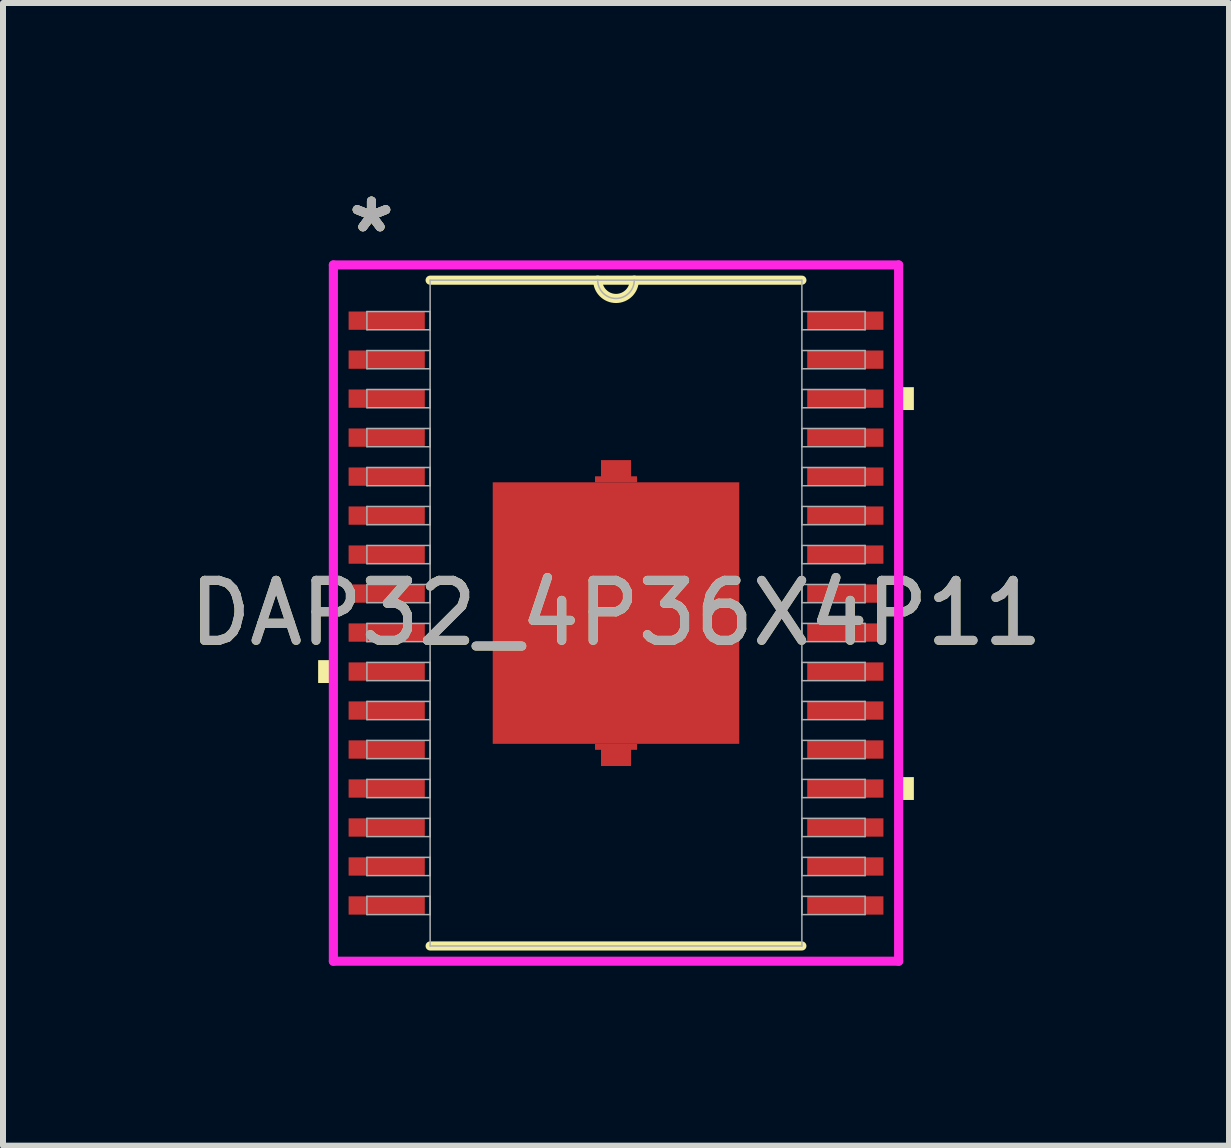
<source format=kicad_pcb>
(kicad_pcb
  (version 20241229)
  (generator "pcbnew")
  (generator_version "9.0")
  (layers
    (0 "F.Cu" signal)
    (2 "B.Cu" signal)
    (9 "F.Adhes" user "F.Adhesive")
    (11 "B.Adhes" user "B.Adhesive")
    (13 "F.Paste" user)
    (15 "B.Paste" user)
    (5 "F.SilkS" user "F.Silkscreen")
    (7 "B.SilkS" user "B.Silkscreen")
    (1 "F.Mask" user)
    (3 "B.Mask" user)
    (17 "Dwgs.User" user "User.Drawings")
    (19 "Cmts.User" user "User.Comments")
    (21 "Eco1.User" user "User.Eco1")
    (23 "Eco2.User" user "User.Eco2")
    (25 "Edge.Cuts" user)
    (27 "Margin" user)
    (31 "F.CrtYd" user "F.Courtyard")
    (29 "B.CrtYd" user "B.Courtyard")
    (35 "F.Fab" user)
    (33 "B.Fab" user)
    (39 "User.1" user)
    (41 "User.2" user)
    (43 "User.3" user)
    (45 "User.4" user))
  (footprint "DAP32_4P36X4P11"
    (layer "F.Cu")
    (at 7.22 7.171)
    (property "Reference" "DAP32_4P36X4P11" (at 0 0 0) (unlocked yes) (layer "F.SilkS") (effects (font (size 1 1) (thickness 0.15))))
    (attr smd)
    (fp_poly (pts (xy -0.35 -2.18) (xy -0.35 -2.28) (xy -0.25 -2.28) (xy -0.25 -2.55) (xy 0.25 -2.55) (xy 0.25 -2.28) (xy 0.35 -2.28) (xy 0.35 -2.18)) (stroke (width 0) (type solid)) (fill yes) (layer "F.Cu"))
    (fp_poly (pts (xy -0.35 2.18) (xy -0.35 2.28) (xy -0.25 2.28) (xy -0.25 2.55) (xy 0.25 2.55) (xy 0.25 2.28) (xy 0.35 2.28) (xy 0.35 2.18)) (stroke (width 0) (type solid)) (fill yes) (layer "F.Cu"))
    (fp_poly (pts (xy -0.35 -2.18) (xy -0.35 -2.28) (xy -0.25 -2.28) (xy -0.25 -2.55) (xy 0.25 -2.55) (xy 0.25 -2.28) (xy 0.35 -2.28) (xy 0.35 -2.18)) (stroke (width 0) (type solid)) (fill yes) (layer "F.Mask"))
    (fp_poly (pts (xy -0.35 2.18) (xy -0.35 2.28) (xy -0.25 2.28) (xy -0.25 2.55) (xy 0.25 2.55) (xy 0.25 2.28) (xy 0.35 2.28) (xy 0.35 2.18)) (stroke (width 0) (type solid)) (fill yes) (layer "F.Mask"))
    (fp_line (start -3.099 5.55) (end 3.099 5.55) (stroke (width 0.152) (type solid)) (layer "F.SilkS"))
    (fp_line (start 3.099 -5.55) (end -3.099 -5.55) (stroke (width 0.152) (type solid)) (layer "F.SilkS"))
    (fp_arc (start 0.3048 -5.5499) (mid 0 -5.2451) (end -0.3048 -5.5499) (stroke (width 0.1524) (type solid)) (layer "F.SilkS"))
    (fp_poly (pts (xy -4.966 0.785) (xy -4.966 1.166) (xy -4.712 1.166) (xy -4.712 0.785)) (stroke (width 0) (type solid)) (fill yes) (layer "F.SilkS"))
    (fp_poly (pts (xy 4.966 -3.766) (xy 4.966 -3.385) (xy 4.712 -3.385) (xy 4.712 -3.766)) (stroke (width 0) (type solid)) (fill yes) (layer "F.SilkS"))
    (fp_poly (pts (xy 4.966 2.735) (xy 4.966 3.116) (xy 4.712 3.116) (xy 4.712 2.735)) (stroke (width 0) (type solid)) (fill yes) (layer "F.SilkS"))
    (fp_line (start -4.712 -5.804) (end 4.712 -5.804) (stroke (width 0.152) (type solid)) (layer "F.CrtYd"))
    (fp_line (start -4.712 5.804) (end -4.712 -5.804) (stroke (width 0.152) (type solid)) (layer "F.CrtYd"))
    (fp_line (start 4.712 -5.804) (end 4.712 5.804) (stroke (width 0.152) (type solid)) (layer "F.CrtYd"))
    (fp_line (start 4.712 5.804) (end -4.712 5.804) (stroke (width 0.152) (type solid)) (layer "F.CrtYd"))
    (fp_line (start -4.153 -5.027) (end -4.153 -4.723) (stroke (width 0.025) (type solid)) (layer "F.Fab"))
    (fp_line (start -4.153 -4.723) (end -3.099 -4.723) (stroke (width 0.025) (type solid)) (layer "F.Fab"))
    (fp_line (start -4.153 -4.377) (end -4.153 -4.073) (stroke (width 0.025) (type solid)) (layer "F.Fab"))
    (fp_line (start -4.153 -4.073) (end -3.099 -4.073) (stroke (width 0.025) (type solid)) (layer "F.Fab"))
    (fp_line (start -4.153 -3.727) (end -4.153 -3.423) (stroke (width 0.025) (type solid)) (layer "F.Fab"))
    (fp_line (start -4.153 -3.423) (end -3.099 -3.423) (stroke (width 0.025) (type solid)) (layer "F.Fab"))
    (fp_line (start -4.153 -3.077) (end -4.153 -2.773) (stroke (width 0.025) (type solid)) (layer "F.Fab"))
    (fp_line (start -4.153 -2.773) (end -3.099 -2.773) (stroke (width 0.025) (type solid)) (layer "F.Fab"))
    (fp_line (start -4.153 -2.427) (end -4.153 -2.123) (stroke (width 0.025) (type solid)) (layer "F.Fab"))
    (fp_line (start -4.153 -2.123) (end -3.099 -2.123) (stroke (width 0.025) (type solid)) (layer "F.Fab"))
    (fp_line (start -4.153 -1.777) (end -4.153 -1.473) (stroke (width 0.025) (type solid)) (layer "F.Fab"))
    (fp_line (start -4.153 -1.473) (end -3.099 -1.473) (stroke (width 0.025) (type solid)) (layer "F.Fab"))
    (fp_line (start -4.153 -1.127) (end -4.153 -0.823) (stroke (width 0.025) (type solid)) (layer "F.Fab"))
    (fp_line (start -4.153 -0.823) (end -3.099 -0.823) (stroke (width 0.025) (type solid)) (layer "F.Fab"))
    (fp_line (start -4.153 -0.477) (end -4.153 -0.173) (stroke (width 0.025) (type solid)) (layer "F.Fab"))
    (fp_line (start -4.153 -0.173) (end -3.099 -0.173) (stroke (width 0.025) (type solid)) (layer "F.Fab"))
    (fp_line (start -4.153 0.173) (end -4.153 0.477) (stroke (width 0.025) (type solid)) (layer "F.Fab"))
    (fp_line (start -4.153 0.477) (end -3.099 0.477) (stroke (width 0.025) (type solid)) (layer "F.Fab"))
    (fp_line (start -4.153 0.823) (end -4.153 1.127) (stroke (width 0.025) (type solid)) (layer "F.Fab"))
    (fp_line (start -4.153 1.127) (end -3.099 1.127) (stroke (width 0.025) (type solid)) (layer "F.Fab"))
    (fp_line (start -4.153 1.473) (end -4.153 1.777) (stroke (width 0.025) (type solid)) (layer "F.Fab"))
    (fp_line (start -4.153 1.777) (end -3.099 1.777) (stroke (width 0.025) (type solid)) (layer "F.Fab"))
    (fp_line (start -4.153 2.123) (end -4.153 2.427) (stroke (width 0.025) (type solid)) (layer "F.Fab"))
    (fp_line (start -4.153 2.427) (end -3.099 2.427) (stroke (width 0.025) (type solid)) (layer "F.Fab"))
    (fp_line (start -4.153 2.773) (end -4.153 3.077) (stroke (width 0.025) (type solid)) (layer "F.Fab"))
    (fp_line (start -4.153 3.077) (end -3.099 3.077) (stroke (width 0.025) (type solid)) (layer "F.Fab"))
    (fp_line (start -4.153 3.423) (end -4.153 3.727) (stroke (width 0.025) (type solid)) (layer "F.Fab"))
    (fp_line (start -4.153 3.727) (end -3.099 3.727) (stroke (width 0.025) (type solid)) (layer "F.Fab"))
    (fp_line (start -4.153 4.073) (end -4.153 4.377) (stroke (width 0.025) (type solid)) (layer "F.Fab"))
    (fp_line (start -4.153 4.377) (end -3.099 4.377) (stroke (width 0.025) (type solid)) (layer "F.Fab"))
    (fp_line (start -4.153 4.723) (end -4.153 5.027) (stroke (width 0.025) (type solid)) (layer "F.Fab"))
    (fp_line (start -4.153 5.027) (end -3.099 5.027) (stroke (width 0.025) (type solid)) (layer "F.Fab"))
    (fp_line (start -3.099 -5.55) (end -3.099 5.55) (stroke (width 0.025) (type solid)) (layer "F.Fab"))
    (fp_line (start -3.099 -5.027) (end -4.153 -5.027) (stroke (width 0.025) (type solid)) (layer "F.Fab"))
    (fp_line (start -3.099 -4.723) (end -3.099 -5.027) (stroke (width 0.025) (type solid)) (layer "F.Fab"))
    (fp_line (start -3.099 -4.377) (end -4.153 -4.377) (stroke (width 0.025) (type solid)) (layer "F.Fab"))
    (fp_line (start -3.099 -4.073) (end -3.099 -4.377) (stroke (width 0.025) (type solid)) (layer "F.Fab"))
    (fp_line (start -3.099 -3.727) (end -4.153 -3.727) (stroke (width 0.025) (type solid)) (layer "F.Fab"))
    (fp_line (start -3.099 -3.423) (end -3.099 -3.727) (stroke (width 0.025) (type solid)) (layer "F.Fab"))
    (fp_line (start -3.099 -3.077) (end -4.153 -3.077) (stroke (width 0.025) (type solid)) (layer "F.Fab"))
    (fp_line (start -3.099 -2.773) (end -3.099 -3.077) (stroke (width 0.025) (type solid)) (layer "F.Fab"))
    (fp_line (start -3.099 -2.427) (end -4.153 -2.427) (stroke (width 0.025) (type solid)) (layer "F.Fab"))
    (fp_line (start -3.099 -2.123) (end -3.099 -2.427) (stroke (width 0.025) (type solid)) (layer "F.Fab"))
    (fp_line (start -3.099 -1.777) (end -4.153 -1.777) (stroke (width 0.025) (type solid)) (layer "F.Fab"))
    (fp_line (start -3.099 -1.473) (end -3.099 -1.777) (stroke (width 0.025) (type solid)) (layer "F.Fab"))
    (fp_line (start -3.099 -1.127) (end -4.153 -1.127) (stroke (width 0.025) (type solid)) (layer "F.Fab"))
    (fp_line (start -3.099 -0.823) (end -3.099 -1.127) (stroke (width 0.025) (type solid)) (layer "F.Fab"))
    (fp_line (start -3.099 -0.477) (end -4.153 -0.477) (stroke (width 0.025) (type solid)) (layer "F.Fab"))
    (fp_line (start -3.099 -0.173) (end -3.099 -0.477) (stroke (width 0.025) (type solid)) (layer "F.Fab"))
    (fp_line (start -3.099 0.173) (end -4.153 0.173) (stroke (width 0.025) (type solid)) (layer "F.Fab"))
    (fp_line (start -3.099 0.477) (end -3.099 0.173) (stroke (width 0.025) (type solid)) (layer "F.Fab"))
    (fp_line (start -3.099 0.823) (end -4.153 0.823) (stroke (width 0.025) (type solid)) (layer "F.Fab"))
    (fp_line (start -3.099 1.127) (end -3.099 0.823) (stroke (width 0.025) (type solid)) (layer "F.Fab"))
    (fp_line (start -3.099 1.473) (end -4.153 1.473) (stroke (width 0.025) (type solid)) (layer "F.Fab"))
    (fp_line (start -3.099 1.777) (end -3.099 1.473) (stroke (width 0.025) (type solid)) (layer "F.Fab"))
    (fp_line (start -3.099 2.123) (end -4.153 2.123) (stroke (width 0.025) (type solid)) (layer "F.Fab"))
    (fp_line (start -3.099 2.427) (end -3.099 2.123) (stroke (width 0.025) (type solid)) (layer "F.Fab"))
    (fp_line (start -3.099 2.773) (end -4.153 2.773) (stroke (width 0.025) (type solid)) (layer "F.Fab"))
    (fp_line (start -3.099 3.077) (end -3.099 2.773) (stroke (width 0.025) (type solid)) (layer "F.Fab"))
    (fp_line (start -3.099 3.423) (end -4.153 3.423) (stroke (width 0.025) (type solid)) (layer "F.Fab"))
    (fp_line (start -3.099 3.727) (end -3.099 3.423) (stroke (width 0.025) (type solid)) (layer "F.Fab"))
    (fp_line (start -3.099 4.073) (end -4.153 4.073) (stroke (width 0.025) (type solid)) (layer "F.Fab"))
    (fp_line (start -3.099 4.377) (end -3.099 4.073) (stroke (width 0.025) (type solid)) (layer "F.Fab"))
    (fp_line (start -3.099 4.723) (end -4.153 4.723) (stroke (width 0.025) (type solid)) (layer "F.Fab"))
    (fp_line (start -3.099 5.027) (end -3.099 4.723) (stroke (width 0.025) (type solid)) (layer "F.Fab"))
    (fp_line (start -3.099 5.55) (end 3.099 5.55) (stroke (width 0.025) (type solid)) (layer "F.Fab"))
    (fp_line (start 3.099 -5.55) (end -3.099 -5.55) (stroke (width 0.025) (type solid)) (layer "F.Fab"))
    (fp_line (start 3.099 -5.027) (end 3.099 -4.723) (stroke (width 0.025) (type solid)) (layer "F.Fab"))
    (fp_line (start 3.099 -4.723) (end 4.153 -4.723) (stroke (width 0.025) (type solid)) (layer "F.Fab"))
    (fp_line (start 3.099 -4.377) (end 3.099 -4.073) (stroke (width 0.025) (type solid)) (layer "F.Fab"))
    (fp_line (start 3.099 -4.073) (end 4.153 -4.073) (stroke (width 0.025) (type solid)) (layer "F.Fab"))
    (fp_line (start 3.099 -3.727) (end 3.099 -3.423) (stroke (width 0.025) (type solid)) (layer "F.Fab"))
    (fp_line (start 3.099 -3.423) (end 4.153 -3.423) (stroke (width 0.025) (type solid)) (layer "F.Fab"))
    (fp_line (start 3.099 -3.077) (end 3.099 -2.773) (stroke (width 0.025) (type solid)) (layer "F.Fab"))
    (fp_line (start 3.099 -2.773) (end 4.153 -2.773) (stroke (width 0.025) (type solid)) (layer "F.Fab"))
    (fp_line (start 3.099 -2.427) (end 3.099 -2.123) (stroke (width 0.025) (type solid)) (layer "F.Fab"))
    (fp_line (start 3.099 -2.123) (end 4.153 -2.123) (stroke (width 0.025) (type solid)) (layer "F.Fab"))
    (fp_line (start 3.099 -1.777) (end 3.099 -1.473) (stroke (width 0.025) (type solid)) (layer "F.Fab"))
    (fp_line (start 3.099 -1.473) (end 4.153 -1.473) (stroke (width 0.025) (type solid)) (layer "F.Fab"))
    (fp_line (start 3.099 -1.127) (end 3.099 -0.823) (stroke (width 0.025) (type solid)) (layer "F.Fab"))
    (fp_line (start 3.099 -0.823) (end 4.153 -0.823) (stroke (width 0.025) (type solid)) (layer "F.Fab"))
    (fp_line (start 3.099 -0.477) (end 3.099 -0.173) (stroke (width 0.025) (type solid)) (layer "F.Fab"))
    (fp_line (start 3.099 -0.173) (end 4.153 -0.173) (stroke (width 0.025) (type solid)) (layer "F.Fab"))
    (fp_line (start 3.099 0.173) (end 3.099 0.477) (stroke (width 0.025) (type solid)) (layer "F.Fab"))
    (fp_line (start 3.099 0.477) (end 4.153 0.477) (stroke (width 0.025) (type solid)) (layer "F.Fab"))
    (fp_line (start 3.099 0.823) (end 3.099 1.127) (stroke (width 0.025) (type solid)) (layer "F.Fab"))
    (fp_line (start 3.099 1.127) (end 4.153 1.127) (stroke (width 0.025) (type solid)) (layer "F.Fab"))
    (fp_line (start 3.099 1.473) (end 3.099 1.777) (stroke (width 0.025) (type solid)) (layer "F.Fab"))
    (fp_line (start 3.099 1.777) (end 4.153 1.777) (stroke (width 0.025) (type solid)) (layer "F.Fab"))
    (fp_line (start 3.099 2.123) (end 3.099 2.427) (stroke (width 0.025) (type solid)) (layer "F.Fab"))
    (fp_line (start 3.099 2.427) (end 4.153 2.427) (stroke (width 0.025) (type solid)) (layer "F.Fab"))
    (fp_line (start 3.099 2.773) (end 3.099 3.077) (stroke (width 0.025) (type solid)) (layer "F.Fab"))
    (fp_line (start 3.099 3.077) (end 4.153 3.077) (stroke (width 0.025) (type solid)) (layer "F.Fab"))
    (fp_line (start 3.099 3.423) (end 3.099 3.727) (stroke (width 0.025) (type solid)) (layer "F.Fab"))
    (fp_line (start 3.099 3.727) (end 4.153 3.727) (stroke (width 0.025) (type solid)) (layer "F.Fab"))
    (fp_line (start 3.099 4.073) (end 3.099 4.377) (stroke (width 0.025) (type solid)) (layer "F.Fab"))
    (fp_line (start 3.099 4.377) (end 4.153 4.377) (stroke (width 0.025) (type solid)) (layer "F.Fab"))
    (fp_line (start 3.099 4.723) (end 3.099 5.027) (stroke (width 0.025) (type solid)) (layer "F.Fab"))
    (fp_line (start 3.099 5.027) (end 4.153 5.027) (stroke (width 0.025) (type solid)) (layer "F.Fab"))
    (fp_line (start 3.099 5.55) (end 3.099 -5.55) (stroke (width 0.025) (type solid)) (layer "F.Fab"))
    (fp_line (start 4.153 -5.027) (end 3.099 -5.027) (stroke (width 0.025) (type solid)) (layer "F.Fab"))
    (fp_line (start 4.153 -4.723) (end 4.153 -5.027) (stroke (width 0.025) (type solid)) (layer "F.Fab"))
    (fp_line (start 4.153 -4.377) (end 3.099 -4.377) (stroke (width 0.025) (type solid)) (layer "F.Fab"))
    (fp_line (start 4.153 -4.073) (end 4.153 -4.377) (stroke (width 0.025) (type solid)) (layer "F.Fab"))
    (fp_line (start 4.153 -3.727) (end 3.099 -3.727) (stroke (width 0.025) (type solid)) (layer "F.Fab"))
    (fp_line (start 4.153 -3.423) (end 4.153 -3.727) (stroke (width 0.025) (type solid)) (layer "F.Fab"))
    (fp_line (start 4.153 -3.077) (end 3.099 -3.077) (stroke (width 0.025) (type solid)) (layer "F.Fab"))
    (fp_line (start 4.153 -2.773) (end 4.153 -3.077) (stroke (width 0.025) (type solid)) (layer "F.Fab"))
    (fp_line (start 4.153 -2.427) (end 3.099 -2.427) (stroke (width 0.025) (type solid)) (layer "F.Fab"))
    (fp_line (start 4.153 -2.123) (end 4.153 -2.427) (stroke (width 0.025) (type solid)) (layer "F.Fab"))
    (fp_line (start 4.153 -1.777) (end 3.099 -1.777) (stroke (width 0.025) (type solid)) (layer "F.Fab"))
    (fp_line (start 4.153 -1.473) (end 4.153 -1.777) (stroke (width 0.025) (type solid)) (layer "F.Fab"))
    (fp_line (start 4.153 -1.127) (end 3.099 -1.127) (stroke (width 0.025) (type solid)) (layer "F.Fab"))
    (fp_line (start 4.153 -0.823) (end 4.153 -1.127) (stroke (width 0.025) (type solid)) (layer "F.Fab"))
    (fp_line (start 4.153 -0.477) (end 3.099 -0.477) (stroke (width 0.025) (type solid)) (layer "F.Fab"))
    (fp_line (start 4.153 -0.173) (end 4.153 -0.477) (stroke (width 0.025) (type solid)) (layer "F.Fab"))
    (fp_line (start 4.153 0.173) (end 3.099 0.173) (stroke (width 0.025) (type solid)) (layer "F.Fab"))
    (fp_line (start 4.153 0.477) (end 4.153 0.173) (stroke (width 0.025) (type solid)) (layer "F.Fab"))
    (fp_line (start 4.153 0.823) (end 3.099 0.823) (stroke (width 0.025) (type solid)) (layer "F.Fab"))
    (fp_line (start 4.153 1.127) (end 4.153 0.823) (stroke (width 0.025) (type solid)) (layer "F.Fab"))
    (fp_line (start 4.153 1.473) (end 3.099 1.473) (stroke (width 0.025) (type solid)) (layer "F.Fab"))
    (fp_line (start 4.153 1.777) (end 4.153 1.473) (stroke (width 0.025) (type solid)) (layer "F.Fab"))
    (fp_line (start 4.153 2.123) (end 3.099 2.123) (stroke (width 0.025) (type solid)) (layer "F.Fab"))
    (fp_line (start 4.153 2.427) (end 4.153 2.123) (stroke (width 0.025) (type solid)) (layer "F.Fab"))
    (fp_line (start 4.153 2.773) (end 3.099 2.773) (stroke (width 0.025) (type solid)) (layer "F.Fab"))
    (fp_line (start 4.153 3.077) (end 4.153 2.773) (stroke (width 0.025) (type solid)) (layer "F.Fab"))
    (fp_line (start 4.153 3.423) (end 3.099 3.423) (stroke (width 0.025) (type solid)) (layer "F.Fab"))
    (fp_line (start 4.153 3.727) (end 4.153 3.423) (stroke (width 0.025) (type solid)) (layer "F.Fab"))
    (fp_line (start 4.153 4.073) (end 3.099 4.073) (stroke (width 0.025) (type solid)) (layer "F.Fab"))
    (fp_line (start 4.153 4.377) (end 4.153 4.073) (stroke (width 0.025) (type solid)) (layer "F.Fab"))
    (fp_line (start 4.153 4.723) (end 3.099 4.723) (stroke (width 0.025) (type solid)) (layer "F.Fab"))
    (fp_line (start 4.153 5.027) (end 4.153 4.723) (stroke (width 0.025) (type solid)) (layer "F.Fab"))
    (fp_arc (start 0.3048 -5.5499) (mid 0 -5.2451) (end -0.3048 -5.5499) (stroke (width 0.0254) (type solid)) (layer "F.Fab"))
    (fp_text user "*" (at -4.077 -6.323 0) (layer "F.SilkS") (effects (font (size 1 1) (thickness 0.15))))
    (fp_text user "*" (at -4.077 -6.323 0) (unlocked yes) (layer "F.SilkS") (effects (font (size 1 1) (thickness 0.15))))
    (fp_text user "*" (at -4.077 -6.323 0) (layer "F.Fab") (effects (font (size 1 1) (thickness 0.15))))
    (fp_text user "*" (at -4.077 -6.323 0) (unlocked yes) (layer "F.Fab") (effects (font (size 1 1) (thickness 0.15))))
    (fp_text user "${REFERENCE}" (at 0 0 0) (unlocked yes) (layer "F.Fab") (effects (font (size 1 1) (thickness 0.15))))
    (pad "1" smd rect (at -3.823 -4.875) (size 1.27 0.305) (layers "F.Cu" "F.Mask" "F.Paste"))
    (pad "2" smd rect (at -3.823 -4.225) (size 1.27 0.305) (layers "F.Cu" "F.Mask" "F.Paste"))
    (pad "3" smd rect (at -3.823 -3.575) (size 1.27 0.305) (layers "F.Cu" "F.Mask" "F.Paste"))
    (pad "4" smd rect (at -3.823 -2.925) (size 1.27 0.305) (layers "F.Cu" "F.Mask" "F.Paste"))
    (pad "5" smd rect (at -3.823 -2.275) (size 1.27 0.305) (layers "F.Cu" "F.Mask" "F.Paste"))
    (pad "6" smd rect (at -3.823 -1.625) (size 1.27 0.305) (layers "F.Cu" "F.Mask" "F.Paste"))
    (pad "7" smd rect (at -3.823 -0.975) (size 1.27 0.305) (layers "F.Cu" "F.Mask" "F.Paste"))
    (pad "8" smd rect (at -3.823 -0.325) (size 1.27 0.305) (layers "F.Cu" "F.Mask" "F.Paste"))
    (pad "9" smd rect (at -3.823 0.325) (size 1.27 0.305) (layers "F.Cu" "F.Mask" "F.Paste"))
    (pad "10" smd rect (at -3.823 0.975) (size 1.27 0.305) (layers "F.Cu" "F.Mask" "F.Paste"))
    (pad "11" smd rect (at -3.823 1.625) (size 1.27 0.305) (layers "F.Cu" "F.Mask" "F.Paste"))
    (pad "12" smd rect (at -3.823 2.275) (size 1.27 0.305) (layers "F.Cu" "F.Mask" "F.Paste"))
    (pad "13" smd rect (at -3.823 2.925) (size 1.27 0.305) (layers "F.Cu" "F.Mask" "F.Paste"))
    (pad "14" smd rect (at -3.823 3.575) (size 1.27 0.305) (layers "F.Cu" "F.Mask" "F.Paste"))
    (pad "15" smd rect (at -3.823 4.225) (size 1.27 0.305) (layers "F.Cu" "F.Mask" "F.Paste"))
    (pad "16" smd rect (at -3.823 4.875) (size 1.27 0.305) (layers "F.Cu" "F.Mask" "F.Paste"))
    (pad "17" smd rect (at 3.823 4.875) (size 1.27 0.305) (layers "F.Cu" "F.Mask" "F.Paste"))
    (pad "18" smd rect (at 3.823 4.225) (size 1.27 0.305) (layers "F.Cu" "F.Mask" "F.Paste"))
    (pad "19" smd rect (at 3.823 3.575) (size 1.27 0.305) (layers "F.Cu" "F.Mask" "F.Paste"))
    (pad "20" smd rect (at 3.823 2.925) (size 1.27 0.305) (layers "F.Cu" "F.Mask" "F.Paste"))
    (pad "21" smd rect (at 3.823 2.275) (size 1.27 0.305) (layers "F.Cu" "F.Mask" "F.Paste"))
    (pad "22" smd rect (at 3.823 1.625) (size 1.27 0.305) (layers "F.Cu" "F.Mask" "F.Paste"))
    (pad "23" smd rect (at 3.823 0.975) (size 1.27 0.305) (layers "F.Cu" "F.Mask" "F.Paste"))
    (pad "24" smd rect (at 3.823 0.325) (size 1.27 0.305) (layers "F.Cu" "F.Mask" "F.Paste"))
    (pad "25" smd rect (at 3.823 -0.325) (size 1.27 0.305) (layers "F.Cu" "F.Mask" "F.Paste"))
    (pad "26" smd rect (at 3.823 -0.975) (size 1.27 0.305) (layers "F.Cu" "F.Mask" "F.Paste"))
    (pad "27" smd rect (at 3.823 -1.625) (size 1.27 0.305) (layers "F.Cu" "F.Mask" "F.Paste"))
    (pad "28" smd rect (at 3.823 -2.275) (size 1.27 0.305) (layers "F.Cu" "F.Mask" "F.Paste"))
    (pad "29" smd rect (at 3.823 -2.925) (size 1.27 0.305) (layers "F.Cu" "F.Mask" "F.Paste"))
    (pad "30" smd rect (at 3.823 -3.575) (size 1.27 0.305) (layers "F.Cu" "F.Mask" "F.Paste"))
    (pad "31" smd rect (at 3.823 -4.225) (size 1.27 0.305) (layers "F.Cu" "F.Mask" "F.Paste"))
    (pad "32" smd rect (at 3.823 -4.875) (size 1.27 0.305) (layers "F.Cu" "F.Mask" "F.Paste"))
    (pad "33" smd rect (at 0 0) (size 4.11 4.36) (layers "F.Cu" "F.Mask" "F.Paste")))
  (gr_rect
    (start -3 -3)
    (end 17.44 16.051)
    (stroke (width 0.1) (type default))
    (fill no)
    (layer "Edge.Cuts")))
</source>
